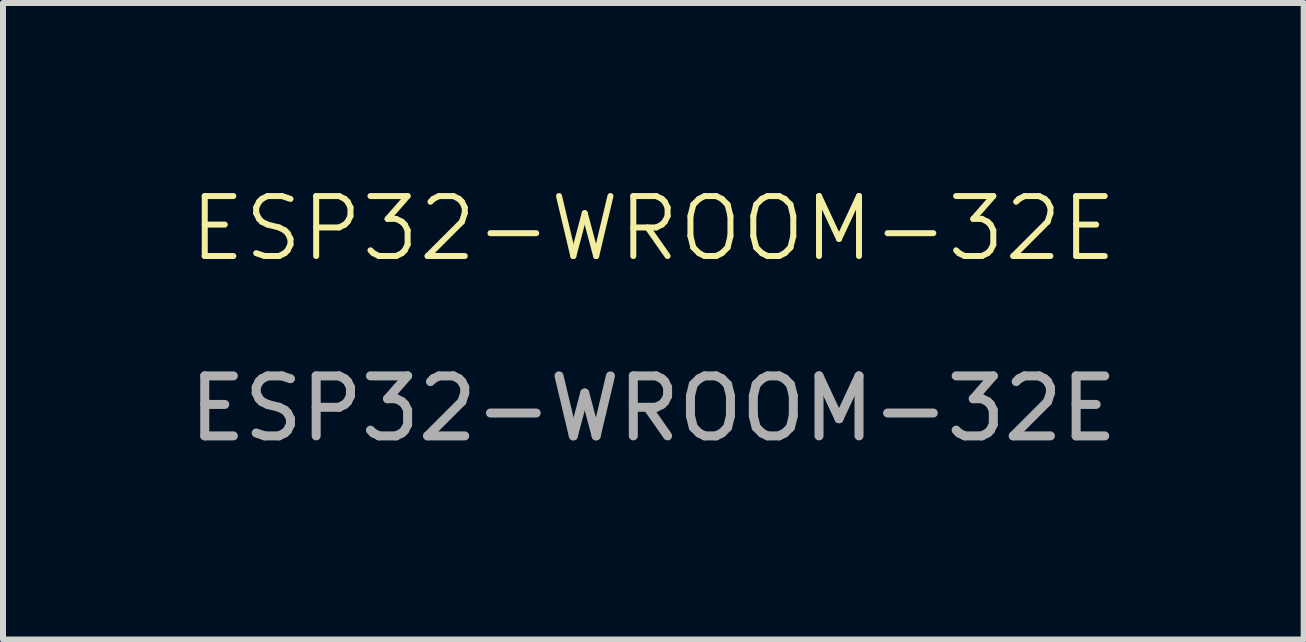
<source format=kicad_pcb>
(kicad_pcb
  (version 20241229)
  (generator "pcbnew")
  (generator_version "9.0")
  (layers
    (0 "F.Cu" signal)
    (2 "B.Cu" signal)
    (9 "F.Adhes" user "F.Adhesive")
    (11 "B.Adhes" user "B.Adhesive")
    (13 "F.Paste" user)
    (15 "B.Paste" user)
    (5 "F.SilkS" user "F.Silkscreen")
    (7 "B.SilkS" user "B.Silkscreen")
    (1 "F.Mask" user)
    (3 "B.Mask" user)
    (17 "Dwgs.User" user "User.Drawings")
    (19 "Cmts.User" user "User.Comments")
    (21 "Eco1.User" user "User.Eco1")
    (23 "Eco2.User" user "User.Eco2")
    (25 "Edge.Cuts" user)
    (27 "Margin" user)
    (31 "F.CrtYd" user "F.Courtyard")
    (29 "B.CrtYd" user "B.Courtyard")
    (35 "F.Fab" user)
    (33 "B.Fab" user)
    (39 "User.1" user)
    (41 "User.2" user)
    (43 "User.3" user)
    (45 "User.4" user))
  (footprint "ESP32-WROOM-32E"
    (layer "F.Cu")
    (at 7.839 1.26)
    (property "Reference" "ESP32-WROOM-32E" (at 0 -0.5 0) (unlocked yes) (layer "F.SilkS") (effects (font (size 1 1) (thickness 0.1))))
    (attr smd)
    (fp_text user "${REFERENCE}" (at 0 2.5 0) (unlocked yes) (layer "F.Fab") (effects (font (size 1 1) (thickness 0.15)))))
  (gr_rect
    (start -3 -3)
    (end 18.679 7.609)
    (stroke (width 0.1) (type default))
    (fill no)
    (layer "Edge.Cuts")))
</source>
